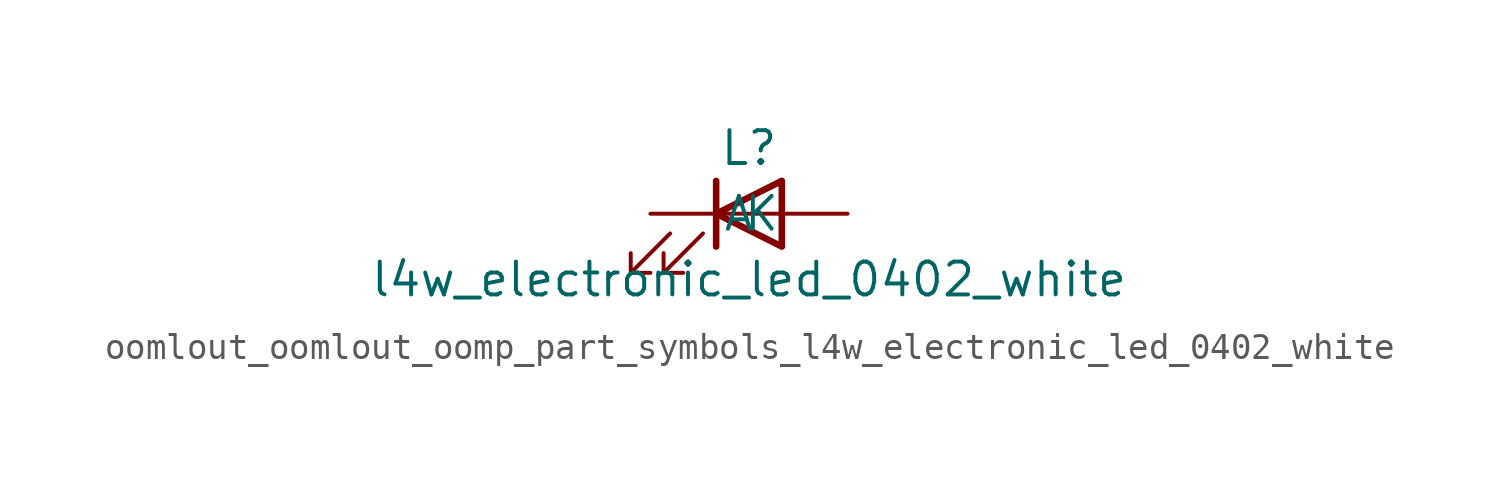
<source format=kicad_sym>
(kicad_symbol_lib
  (version 20220914)
  (generator kicad_symbol_editor)
  (symbol "oomlout_oomlout_oomp_part_symbols_l4w_electronic_led_0402_white"
    (pin_numbers hide)
    (pin_names
      (offset 1.016))
    (property "Reference" "L"
      (at 0 2.54 0)
      (effects (font (size 1.27 1.27))))
    (property "Value" "l4w_electronic_led_0402_white"
      (at 0 -2.54 0)
      (effects (font (size 1.27 1.27))))
    (symbol "oomlout_oomlout_oomp_part_symbols_l4w_electronic_led_0402_white_0_1"
      (polyline (pts (xy -1.27 -1.27) (xy -1.27 1.27)) (stroke (width 0.254) (type default)) (fill (type none)))
      (polyline (pts (xy -1.27 0) (xy 1.27 0)) (stroke (width 0) (type default)) (fill (type none)))
      (polyline (pts (xy 1.27 -1.27) (xy 1.27 1.27) (xy -1.27 0) (xy 1.27 -1.27)) (stroke (width 0.254) (type default)) (fill (type none)))
      (polyline (pts (xy -3.048 -0.762) (xy -4.572 -2.286) (xy -3.81 -2.286) (xy -4.572 -2.286) (xy -4.572 -1.524)) (stroke (width 0) (type default)) (fill (type none)))
      (polyline (pts (xy -1.778 -0.762) (xy -3.302 -2.286) (xy -2.54 -2.286) (xy -3.302 -2.286) (xy -3.302 -1.524)) (stroke (width 0) (type default)) (fill (type none))))
    (symbol "oomlout_oomlout_oomp_part_symbols_l4w_electronic_led_0402_white_1_1"
      (pin passive line (at -3.81 0 0) (length 2.54) (name "K" (effects (font (size 1.27 1.27)))) (number "1" (effects (font (size 1.27 1.27)))))
      (pin passive line (at 3.81 0 180) (length 2.54) (name "A" (effects (font (size 1.27 1.27)))) (number "2" (effects (font (size 1.27 1.27))))))))
</source>
